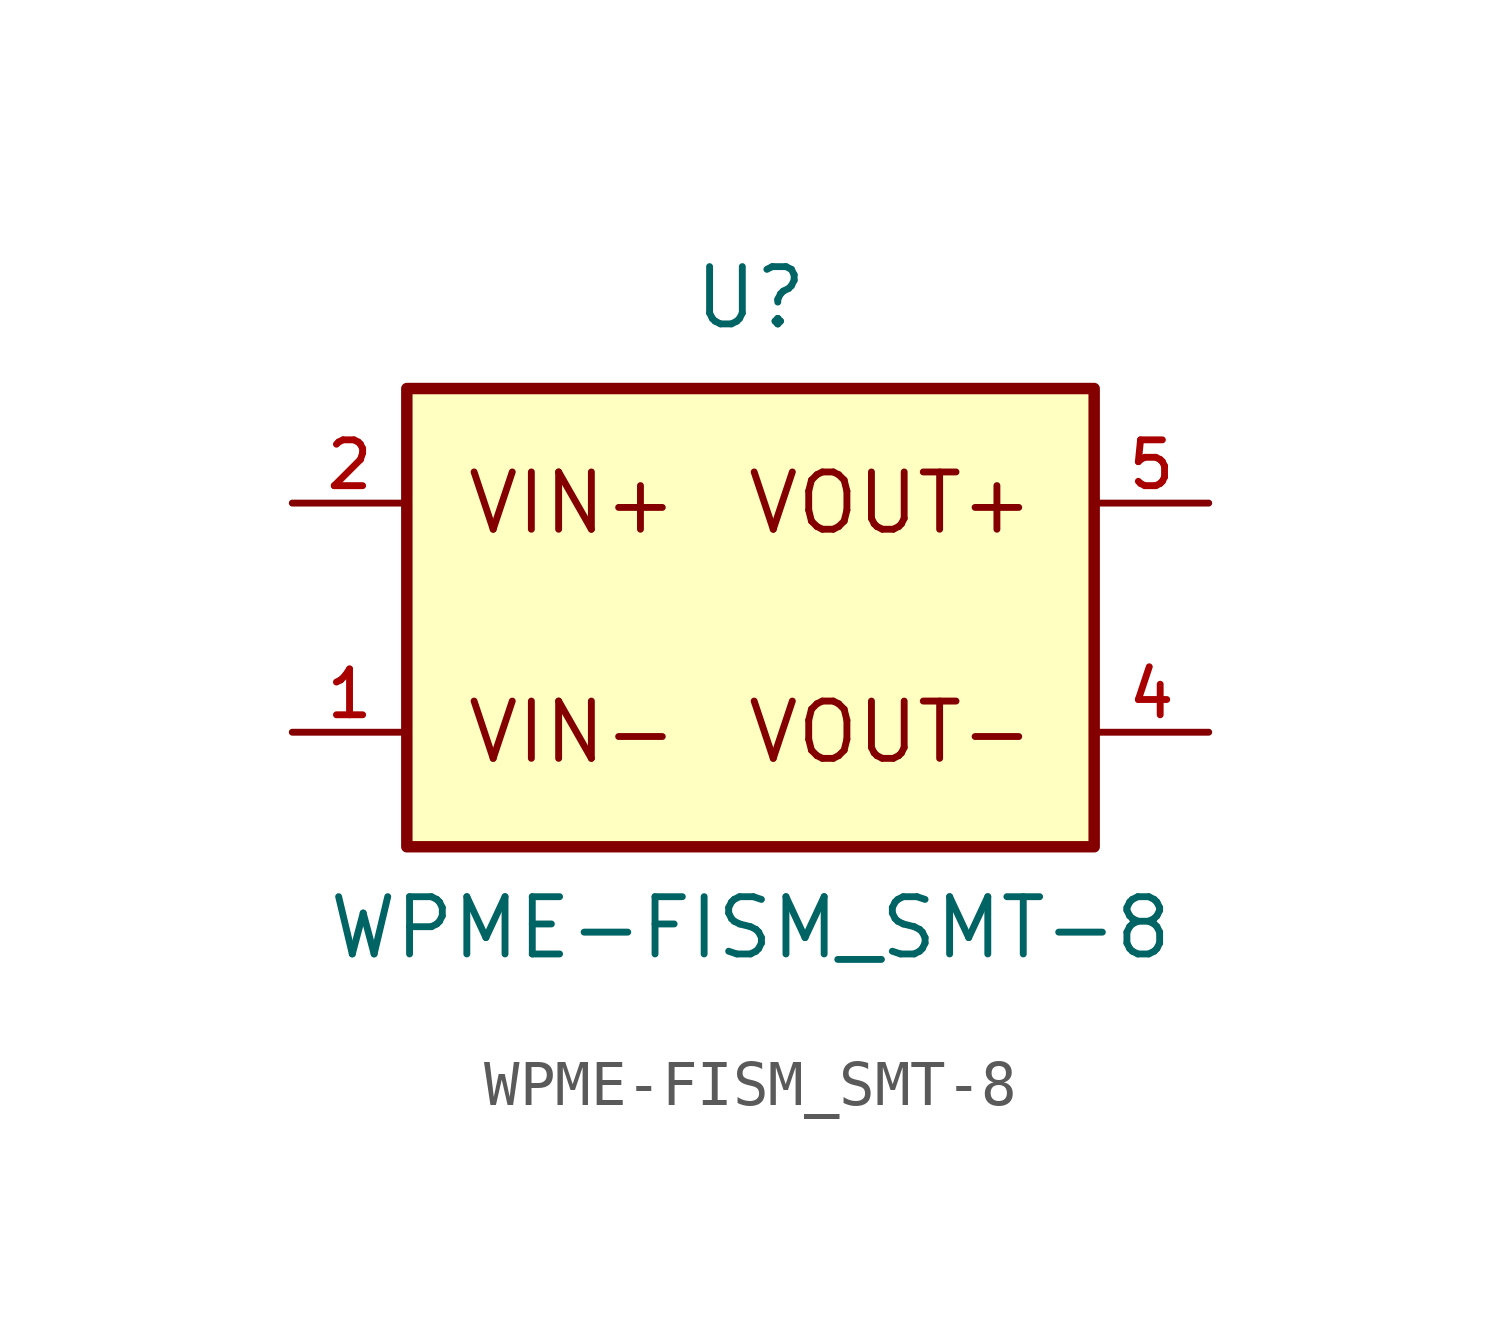
<source format=kicad_sym>
(kicad_symbol_lib
  (version 20231120)
  (generator "kicad_symbol_editor")
  (generator_version "8.0")
  (symbol "WPME-FISM_SMT-8"
    (pin_names
      (offset 1.016))
    (property "Reference" "U"
      (at 0 6.35 0)
      (effects (font (size 1.27 1.27)) (justify bottom)))
    (property "Value" "WPME-FISM_SMT-8"
      (at 0 -7.62 0)
      (effects (font (size 1.27 1.27)) (justify bottom)))
    (symbol "WPME-FISM_SMT-8_0_0"
      (rectangle (start -7.62 -5.08) (end 7.62 5.08) (stroke (width 0.254) (type default)) (fill (type background)))
      (text "VIN+" (at -6.35 2.54 0) (effects (font (size 1.27 1.27)) (justify left)))
      (text "VIN-" (at -6.35 -2.54 0) (effects (font (size 1.27 1.27)) (justify left)))
      (text "VOUT+" (at 6.35 2.54 0) (effects (font (size 1.27 1.27)) (justify right)))
      (text "VOUT-" (at 6.35 -2.54 0) (effects (font (size 1.27 1.27)) (justify right)))
      (pin input line (at -10.16 -2.54 0) (length 2.54) (name "~" (effects (font (size 1.016 1.016)))) (number "1" (effects (font (size 1.016 1.016)))))
      (pin input line (at -10.16 2.54 0) (length 2.54) (name "~" (effects (font (size 1.016 1.016)))) (number "2" (effects (font (size 1.016 1.016)))))
      (pin output line (at 10.16 -2.54 180) (length 2.54) (name "~" (effects (font (size 1.016 1.016)))) (number "4" (effects (font (size 1.016 1.016)))))
      (pin output line (at 10.16 2.54 180) (length 2.54) (name "~" (effects (font (size 1.016 1.016)))) (number "5" (effects (font (size 1.016 1.016))))))))
</source>
